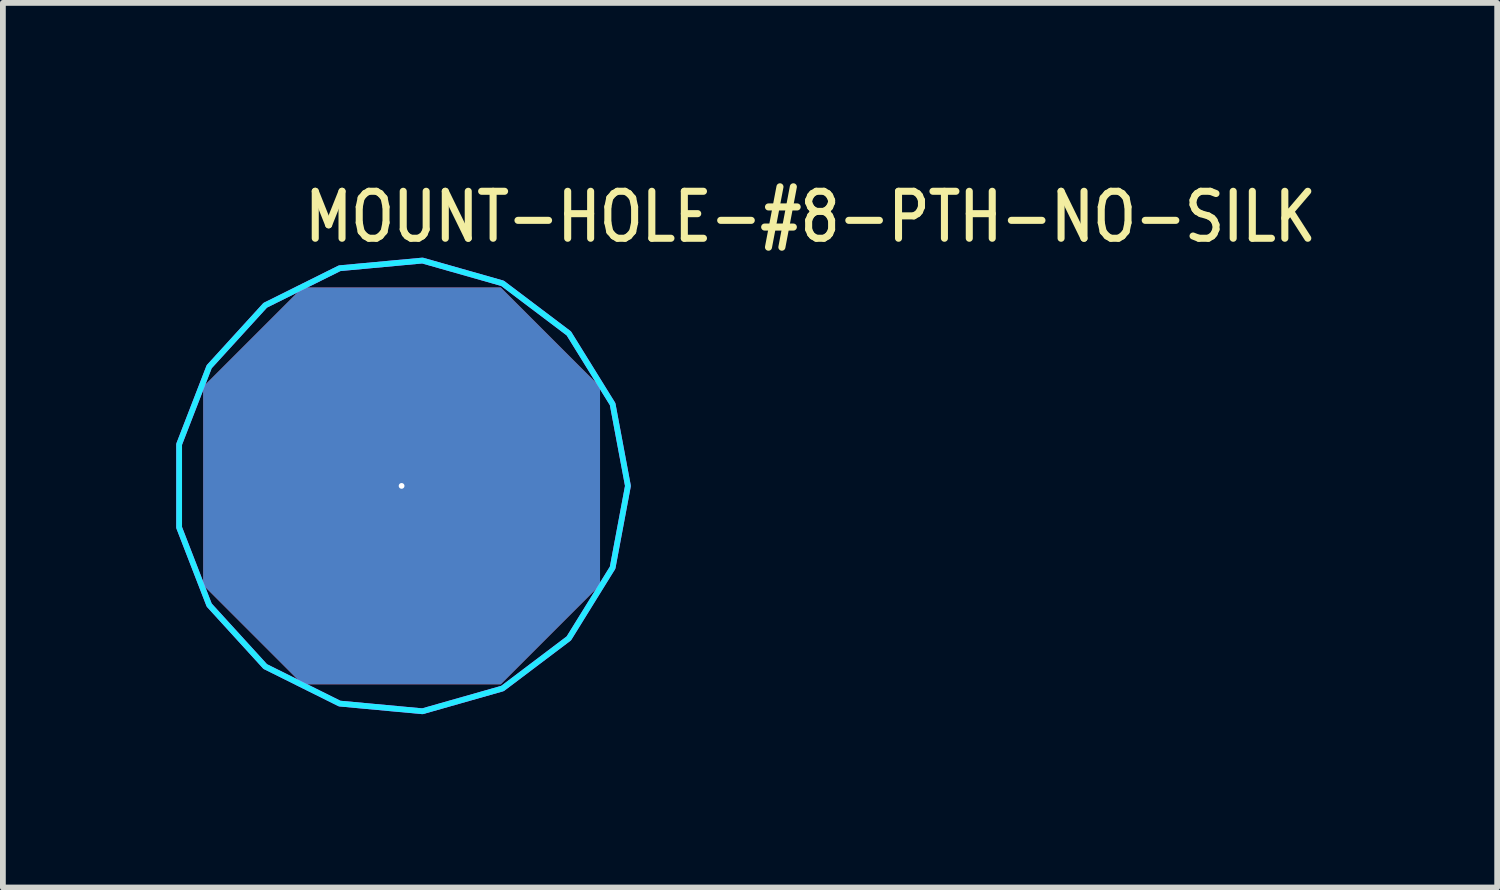
<source format=kicad_pcb>
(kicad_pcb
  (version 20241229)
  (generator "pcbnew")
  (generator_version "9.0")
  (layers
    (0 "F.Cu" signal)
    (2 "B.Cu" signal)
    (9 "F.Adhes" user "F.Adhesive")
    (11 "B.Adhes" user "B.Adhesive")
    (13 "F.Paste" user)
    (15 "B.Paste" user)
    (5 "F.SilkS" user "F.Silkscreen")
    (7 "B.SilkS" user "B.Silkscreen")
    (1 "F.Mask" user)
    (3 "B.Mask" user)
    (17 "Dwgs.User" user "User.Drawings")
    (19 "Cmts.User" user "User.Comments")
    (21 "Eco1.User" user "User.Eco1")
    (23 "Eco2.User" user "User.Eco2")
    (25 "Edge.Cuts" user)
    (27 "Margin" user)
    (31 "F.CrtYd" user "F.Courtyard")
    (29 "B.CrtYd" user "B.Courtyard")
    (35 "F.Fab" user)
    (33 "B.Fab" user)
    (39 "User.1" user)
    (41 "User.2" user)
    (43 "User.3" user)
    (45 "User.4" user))
  (footprint "MOUNT-HOLE-#8-PTH-NO-SILK"
    (layer "F.Cu")
    (at 3.9 5.359)
    (property "Reference" "MOUNT-HOLE-#8-PTH-NO-SILK" (at -1.74 -4.18 0) (unlocked yes) (layer "F.SilkS") (effects (font (size 0.813 0.695) (thickness 0.122)) (justify left bottom)))
    (fp_poly (pts (xy 3.917 0) (xy 3.652 -1.415) (xy 2.894 -2.639) (xy 1.746 -3.506) (xy 0.361 -3.9) (xy -1.072 -3.767) (xy -2.36 -3.126) (xy -3.33 -2.062) (xy -3.85 -0.72) (xy -3.85 0.72) (xy -3.33 2.062) (xy -2.36 3.126) (xy -1.072 3.767) (xy 0.361 3.9) (xy 1.746 3.506) (xy 2.894 2.639) (xy 3.652 1.415)) (stroke (width 0.1) (type solid)) (fill no) (layer "B.CrtYd"))
    (fp_poly (pts (xy 3.917 0) (xy 3.652 -1.415) (xy 2.894 -2.639) (xy 1.746 -3.506) (xy 0.361 -3.9) (xy -1.072 -3.767) (xy -2.36 -3.126) (xy -3.33 -2.062) (xy -3.85 -0.72) (xy -3.85 0.72) (xy -3.33 2.062) (xy -2.36 3.126) (xy -1.072 3.767) (xy 0.361 3.9) (xy 1.746 3.506) (xy 2.894 2.639) (xy 3.652 1.415)) (stroke (width 0.1) (type solid)) (fill no) (layer "F.CrtYd"))
    (pad "P$1" thru_hole custom (at 0 0) (size 0.1 0.1) (drill 4.496) (layers "*.Cu" "*.Mask") (options (anchor rect)) (primitives (gr_poly (pts (xy 3.429 1.714) (xy 1.714 3.429) (xy -1.714 3.429) (xy -3.429 1.714) (xy -3.429 -1.714) (xy -1.714 -3.429) (xy 1.714 -3.429) (xy 3.429 -1.714)) (width 0.01) (fill yes)))))
  (gr_rect
    (start -3 -3)
    (end 22.86 12.309)
    (stroke (width 0.1) (type default))
    (fill no)
    (layer "Edge.Cuts")))
</source>
